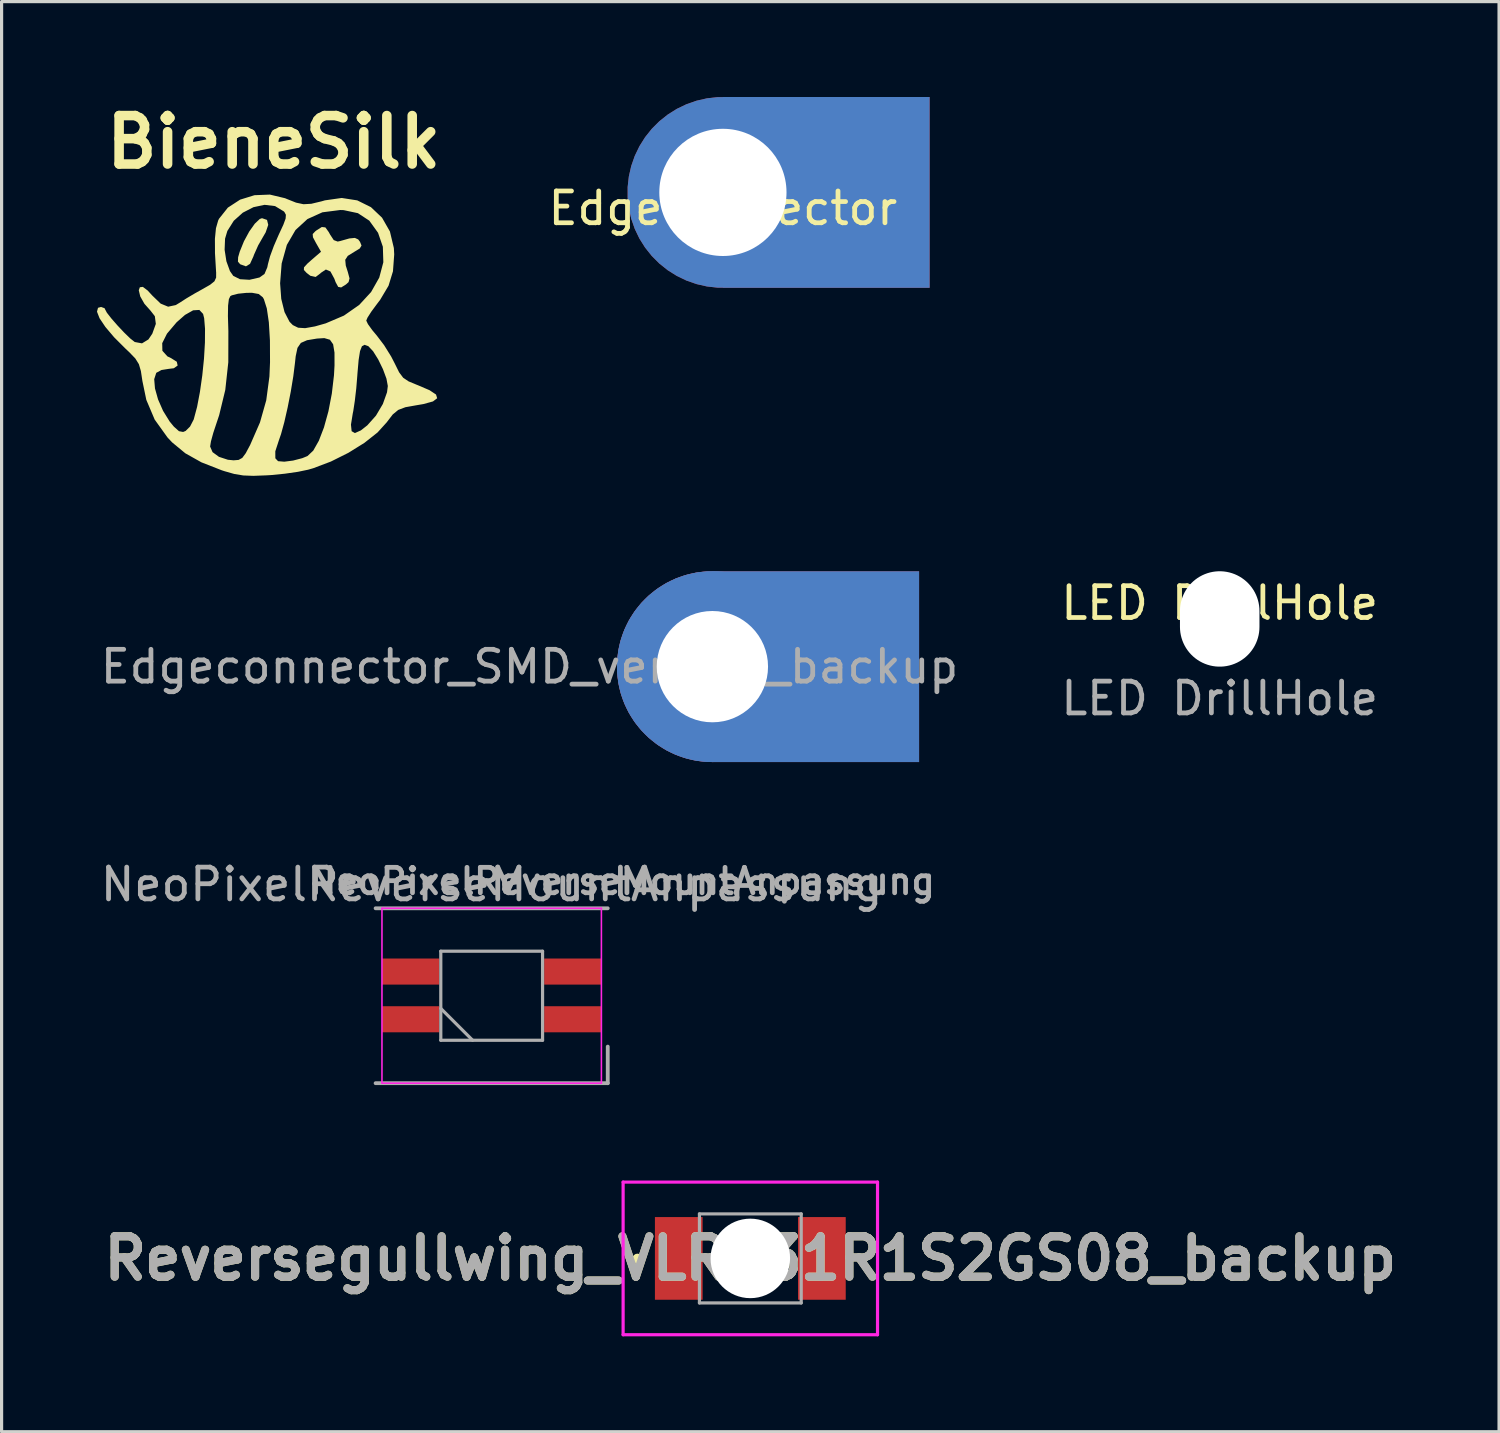
<source format=kicad_pcb>
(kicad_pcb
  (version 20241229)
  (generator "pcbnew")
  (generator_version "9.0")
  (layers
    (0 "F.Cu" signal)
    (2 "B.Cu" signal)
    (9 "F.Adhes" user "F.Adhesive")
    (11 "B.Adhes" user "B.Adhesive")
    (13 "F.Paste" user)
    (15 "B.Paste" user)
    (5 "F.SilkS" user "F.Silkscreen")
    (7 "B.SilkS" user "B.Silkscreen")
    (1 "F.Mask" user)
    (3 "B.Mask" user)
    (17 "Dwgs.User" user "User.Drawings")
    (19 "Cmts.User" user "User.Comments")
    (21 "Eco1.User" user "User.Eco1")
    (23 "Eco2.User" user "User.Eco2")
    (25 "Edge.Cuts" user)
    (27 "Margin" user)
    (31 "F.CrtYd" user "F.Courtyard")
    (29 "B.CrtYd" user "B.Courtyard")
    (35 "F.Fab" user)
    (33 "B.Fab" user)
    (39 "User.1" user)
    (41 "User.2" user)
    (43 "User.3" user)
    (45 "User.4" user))
  (footprint "NeoPixelReverseMountAnpassung"
    (layer "F.Cu")
    (at 12.411 28.261)
    (property "Reference" "NeoPixelReverseMountAnpassung" (at 0 -3.5 0) (layer "F.Fab") (effects (font (size 1 1) (thickness 0.15))))
    (attr smd)
    (fp_line (start -3.45 -2.75) (end -3.45 2.75) (stroke (width 0.05) (type solid)) (layer "F.CrtYd"))
    (fp_line (start -3.45 2.75) (end 3.45 2.75) (stroke (width 0.05) (type solid)) (layer "F.CrtYd"))
    (fp_line (start 3.45 -2.75) (end -3.45 -2.75) (stroke (width 0.05) (type solid)) (layer "F.CrtYd"))
    (fp_line (start 3.45 2.75) (end 3.45 -2.75) (stroke (width 0.05) (type solid)) (layer "F.CrtYd"))
    (fp_line (start -3.65 -2.75) (end 3.65 -2.75) (stroke (width 0.12) (type solid)) (layer "F.Fab"))
    (fp_line (start -3.65 2.75) (end 3.65 2.75) (stroke (width 0.12) (type solid)) (layer "F.Fab"))
    (fp_line (start -1.6 -1.4) (end 1.6 -1.4) (stroke (width 0.1) (type solid)) (layer "F.Fab"))
    (fp_line (start -1.6 0.4) (end -0.6 1.4) (stroke (width 0.1) (type solid)) (layer "F.Fab"))
    (fp_line (start -1.6 1.4) (end -1.6 -1.4) (stroke (width 0.1) (type solid)) (layer "F.Fab"))
    (fp_line (start 1.6 -1.4) (end 1.6 1.4) (stroke (width 0.1) (type solid)) (layer "F.Fab"))
    (fp_line (start 1.6 1.4) (end -1.6 1.4) (stroke (width 0.1) (type solid)) (layer "F.Fab"))
    (fp_line (start 3.65 2.75) (end 3.65 1.6) (stroke (width 0.12) (type solid)) (layer "F.Fab"))
    (fp_text user "${REFERENCE}" (at 4.1 -3.6 0) (layer "F.Fab") (effects (font (size 0.8 0.8) (thickness 0.15))))
    (pad "1" smd rect (at 2.55 -0.76) (size 1.8 0.82) (layers "F.Cu" "F.Mask" "F.Paste"))
    (pad "2" smd rect (at 2.55 0.74) (size 1.8 0.82) (layers "F.Cu" "F.Mask" "F.Paste"))
    (pad "3" smd rect (at -2.55 0.74) (size 1.8 0.82) (layers "F.Cu" "F.Mask" "F.Paste"))
    (pad "4" smd rect (at -2.55 -0.76) (size 1.8 0.82) (layers "F.Cu" "F.Mask" "F.Paste")))
  (footprint "Edgeconnector"
    (layer "F.Cu")
    (at 19.682 3)
    (property "Reference" "Edgeconnector" (at 0 0.5 0) (layer "F.SilkS") (effects (font (size 1 1) (thickness 0.15))))
    (attr through_hole)
    (pad "1" thru_hole custom (at 0 0) (size 6 6) (drill 4) (layers "*.Cu" "*.Mask") (options (anchor circle)) (primitives (gr_poly (pts (xy 6.5 3) (xy 0 3) (xy 0 -3) (xy 6.5 -3)) (width 0) (fill yes)))))
  (footprint "Reversegullwing_VLRE31R1S2GS08_backup"
    (layer "F.Cu")
    (at 20.544 36.521)
    (property "Reference" "Reversegullwing_VLRE31R1S2GS08_backup" (at 0 0 0) (layer "F.SilkS") (effects (font (size 1.27 1.27) (thickness 0.254))))
    (attr through_hole)
    (fp_line (start -3.6 0) (end -3.6 0) (stroke (width 0.2) (type solid)) (layer "F.SilkS"))
    (fp_line (start -3.6 0) (end -3.6 0) (stroke (width 0.2) (type solid)) (layer "F.SilkS"))
    (fp_line (start -3.5 0) (end -3.5 0) (stroke (width 0.2) (type solid)) (layer "F.SilkS"))
    (fp_arc (start -3.6 0) (mid -3.55 -0.05) (end -3.5 0) (stroke (width 0.2) (type solid)) (layer "F.SilkS"))
    (fp_arc (start -3.5 0) (mid -3.55 0.05) (end -3.6 0) (stroke (width 0.2) (type solid)) (layer "F.SilkS"))
    (fp_arc (start -3.5 0) (mid -3.55 0.05) (end -3.6 0) (stroke (width 0.2) (type solid)) (layer "F.SilkS"))
    (fp_line (start -4 -2.4) (end 4 -2.4) (stroke (width 0.1) (type solid)) (layer "F.CrtYd"))
    (fp_line (start -4 2.4) (end -4 -2.4) (stroke (width 0.1) (type solid)) (layer "F.CrtYd"))
    (fp_line (start 4 -2.4) (end 4 2.4) (stroke (width 0.1) (type solid)) (layer "F.CrtYd"))
    (fp_line (start 4 2.4) (end -4 2.4) (stroke (width 0.1) (type solid)) (layer "F.CrtYd"))
    (fp_line (start -1.6 -1.4) (end -1.6 1.4) (stroke (width 0.1) (type solid)) (layer "F.Fab"))
    (fp_line (start -1.6 1.4) (end 1.6 1.4) (stroke (width 0.1) (type solid)) (layer "F.Fab"))
    (fp_line (start 1.6 -1.4) (end -1.6 -1.4) (stroke (width 0.1) (type solid)) (layer "F.Fab"))
    (fp_line (start 1.6 1.4) (end 1.6 -1.4) (stroke (width 0.1) (type solid)) (layer "F.Fab"))
    (fp_text user "${REFERENCE}" (at 0 0 0) (layer "F.Fab") (effects (font (size 1.27 1.27) (thickness 0.254))))
    (pad "" np_thru_hole circle (at 0 0) (size 2.5 2.5) (drill 2.5) (layers "*.Cu" "*.Mask"))
    (pad "1" smd rect (at -2.25 0) (size 1.5 2.6) (layers "F.Cu" "F.Mask" "F.Paste"))
    (pad "2" smd rect (at 2.25 0) (size 1.5 2.6) (layers "F.Cu" "F.Mask" "F.Paste")))
  (footprint "Edgeconnector_SMD_version_backup"
    (layer "F.Cu")
    (at 19.351 17.913)
    (property "Reference" "Edgeconnector_SMD_version_backup" (at -5.75 0 0) (layer "F.Fab") (effects (font (size 1 1) (thickness 0.15))))
    (attr through_hole)
    (pad "1" thru_hole circle (at 0 0) (size 6 6) (drill 3.5) (layers "*.Cu" "*.Mask"))
    (pad "1" smd custom (at 0 0) (size 6 6) (layers "F.Cu" "F.Mask") (options (anchor circle)) (primitives (gr_poly (pts (xy 6.5 3) (xy 0 3) (xy 0 -3) (xy 6.5 -3)) (width 0) (fill yes))))
    (pad "1" smd custom (at 0 0) (size 6 6) (layers "B.Cu" "B.Mask") (options (anchor circle)) (primitives (gr_poly (pts (xy 6.5 -3) (xy 0 -3) (xy 0 3) (xy 6.5 3)) (width 0) (fill yes)))))
  (footprint "LED DrillHole"
    (layer "F.Cu")
    (at 35.304 16.413)
    (property "Reference" "LED DrillHole" (at 0 -0.5 0) (unlocked yes) (layer "F.SilkS") (effects (font (size 1 1) (thickness 0.15))))
    (attr smd)
    (fp_text user "${REFERENCE}" (at 0 2.5 0) (unlocked yes) (layer "F.Fab") (effects (font (size 1 1) (thickness 0.15))))
    (pad "" np_thru_hole oval (at 0 0) (size 2.5 3) (drill oval 2.5 3) (layers "*.Cu" "*.Mask")))
  (footprint "BieneSilk"
    (layer "F.Cu")
    (at 5.758 7.618)
    (property "Reference" "BieneSilk" (at -0.2 -6.2 0) (layer "F.SilkS") (effects (font (size 1.524 1.524) (thickness 0.3))))
    (attr board_only exclude_from_pos_files exclude_from_bom)
    (fp_poly (pts (xy -0.412 -3.753) (xy -0.373 -3.597) (xy -0.454 -3.361) (xy -0.527 -3.236) (xy -0.689 -2.953) (xy -0.821 -2.657) (xy -0.84 -2.603) (xy -0.946 -2.371) (xy -1.074 -2.293) (xy -1.249 -2.356) (xy -1.259 -2.362) (xy -1.326 -2.441) (xy -1.32 -2.58) (xy -1.27 -2.753) (xy -1.137 -3.081) (xy -0.971 -3.387) (xy -0.796 -3.634) (xy -0.64 -3.782) (xy -0.569 -3.807)) (stroke (width 0) (type solid)) (fill yes) (layer "F.SilkS"))
    (fp_poly (pts (xy 1.424 -3.517) (xy 1.531 -3.368) (xy 1.571 -3.294) (xy 1.687 -3.118) (xy 1.81 -3.072) (xy 1.89 -3.089) (xy 2.177 -3.17) (xy 2.351 -3.187) (xy 2.456 -3.139) (xy 2.513 -3.063) (xy 2.56 -2.946) (xy 2.504 -2.854) (xy 2.323 -2.743) (xy 2.128 -2.622) (xy 2.048 -2.499) (xy 2.065 -2.317) (xy 2.129 -2.116) (xy 2.183 -1.915) (xy 2.153 -1.797) (xy 2.071 -1.723) (xy 1.92 -1.629) (xy 1.827 -1.646) (xy 1.746 -1.794) (xy 1.705 -1.905) (xy 1.582 -2.132) (xy 1.439 -2.193) (xy 1.28 -2.087) (xy 1.27 -2.074) (xy 1.118 -1.959) (xy 0.951 -1.996) (xy 0.833 -2.087) (xy 0.748 -2.179) (xy 0.751 -2.261) (xy 0.858 -2.379) (xy 0.982 -2.489) (xy 1.286 -2.752) (xy 1.13 -3.024) (xy 1.033 -3.207) (xy 1.025 -3.309) (xy 1.107 -3.395) (xy 1.143 -3.423) (xy 1.312 -3.53)) (stroke (width 0) (type solid)) (fill yes) (layer "F.SilkS"))
    (fp_poly (pts (xy 0.156 -4.435) (xy 0.21 -4.412) (xy 0.501 -4.296) (xy 0.736 -4.246) (xy 0.981 -4.26) (xy 1.302 -4.337) (xy 1.41 -4.368) (xy 1.937 -4.443) (xy 2.426 -4.367) (xy 2.856 -4.154) (xy 3.205 -3.823) (xy 3.453 -3.389) (xy 3.577 -2.869) (xy 3.588 -2.667) (xy 3.549 -2.137) (xy 3.41 -1.684) (xy 3.147 -1.242) (xy 3.041 -1.102) (xy 2.868 -0.868) (xy 2.748 -0.68) (xy 2.709 -0.587) (xy 2.762 -0.476) (xy 2.897 -0.288) (xy 3.043 -0.113) (xy 3.27 0.186) (xy 3.493 0.544) (xy 3.605 0.762) (xy 3.742 1.039) (xy 3.87 1.21) (xy 4.041 1.325) (xy 4.311 1.437) (xy 4.328 1.443) (xy 4.699 1.602) (xy 4.903 1.738) (xy 4.939 1.855) (xy 4.807 1.955) (xy 4.506 2.038) (xy 4.276 2.077) (xy 3.94 2.137) (xy 3.715 2.222) (xy 3.542 2.365) (xy 3.361 2.601) (xy 3.353 2.612) (xy 3.064 2.931) (xy 2.649 3.259) (xy 2.147 3.571) (xy 1.598 3.845) (xy 1.043 4.055) (xy 0.884 4.101) (xy 0.562 4.168) (xy 0.146 4.228) (xy -0.291 4.271) (xy -0.423 4.279) (xy -0.842 4.295) (xy -1.158 4.283) (xy -1.438 4.237) (xy -1.747 4.149) (xy -1.838 4.119) (xy -2.474 3.87) (xy -2.98 3.586) (xy -3.238 3.373) (xy -2.201 3.373) (xy -2.124 3.55) (xy -1.923 3.697) (xy -1.642 3.789) (xy -1.462 3.807) (xy -1.305 3.794) (xy -1.189 3.73) (xy -1.077 3.578) (xy -1.049 3.523) (xy -0.151 3.523) (xy -0.15 3.743) (xy -0.064 3.834) (xy 0.132 3.85) (xy 0.41 3.814) (xy 0.698 3.739) (xy 0.861 3.672) (xy 1.042 3.502) (xy 1.218 3.191) (xy 1.38 2.77) (xy 1.403 2.685) (xy 2.228 2.685) (xy 2.249 2.891) (xy 2.352 2.95) (xy 2.541 2.865) (xy 2.743 2.706) (xy 3.014 2.402) (xy 3.231 2.035) (xy 3.362 1.668) (xy 3.387 1.47) (xy 3.344 1.238) (xy 3.234 0.941) (xy 3.085 0.635) (xy 2.924 0.377) (xy 2.778 0.221) (xy 2.77 0.216) (xy 2.657 0.175) (xy 2.573 0.22) (xy 2.513 0.373) (xy 2.469 0.652) (xy 2.432 1.079) (xy 2.428 1.137) (xy 2.395 1.543) (xy 2.349 1.938) (xy 2.301 2.255) (xy 2.285 2.331) (xy 2.228 2.685) (xy 1.403 2.685) (xy 1.519 2.267) (xy 1.626 1.711) (xy 1.694 1.133) (xy 1.711 0.823) (xy 1.71 0.419) (xy 1.667 0.158) (xy 1.566 0.015) (xy 1.391 -0.036) (xy 1.161 -0.022) (xy 0.847 0.03) (xy 0.653 0.115) (xy 0.546 0.271) (xy 0.49 0.536) (xy 0.468 0.74) (xy 0.415 1.164) (xy 0.335 1.648) (xy 0.237 2.145) (xy 0.132 2.607) (xy 0.028 2.986) (xy -0.042 3.188) (xy -0.151 3.523) (xy -1.049 3.523) (xy -0.942 3.323) (xy -0.633 2.615) (xy -0.436 1.92) (xy -0.336 1.172) (xy -0.317 0.722) (xy -0.32 0.036) (xy -0.354 -0.533) (xy -0.418 -0.97) (xy -0.51 -1.26) (xy -0.547 -1.322) (xy -0.673 -1.423) (xy -0.883 -1.461) (xy -1.061 -1.459) (xy -1.321 -1.432) (xy -1.517 -1.382) (xy -1.565 -1.356) (xy -1.611 -1.261) (xy -1.636 -1.059) (xy -1.641 -0.729) (xy -1.627 -0.254) (xy -1.629 0.723) (xy -1.724 1.593) (xy -1.917 2.39) (xy -1.999 2.635) (xy -2.101 2.943) (xy -2.174 3.209) (xy -2.201 3.373) (xy -3.238 3.373) (xy -3.395 3.243) (xy -3.54 3.089) (xy -3.944 2.526) (xy -4.207 1.906) (xy -4.33 1.314) (xy -4.339 1.255) (xy -3.959 1.255) (xy -3.935 1.546) (xy -3.838 1.892) (xy -3.68 2.252) (xy -3.474 2.585) (xy -3.342 2.746) (xy -3.18 2.891) (xy -3.05 2.915) (xy -2.971 2.883) (xy -2.832 2.745) (xy -2.72 2.529) (xy -2.715 2.516) (xy -2.611 2.128) (xy -2.521 1.655) (xy -2.447 1.135) (xy -2.393 0.605) (xy -2.364 0.104) (xy -2.361 -0.33) (xy -2.388 -0.661) (xy -2.422 -0.797) (xy -2.54 -0.922) (xy -2.735 -0.91) (xy -2.99 -0.766) (xy -3.254 -0.534) (xy -3.557 -0.176) (xy -3.707 0.123) (xy -3.702 0.362) (xy -3.544 0.538) (xy -3.431 0.592) (xy -3.249 0.707) (xy -3.222 0.826) (xy -3.343 0.912) (xy -3.503 0.931) (xy -3.731 0.967) (xy -3.891 1.054) (xy -3.895 1.059) (xy -3.959 1.255) (xy -4.339 1.255) (xy -4.378 0.998) (xy -4.441 0.784) (xy -4.551 0.607) (xy -4.742 0.408) (xy -4.861 0.296) (xy -5.22 -0.063) (xy -5.495 -0.388) (xy -5.678 -0.661) (xy -5.758 -0.867) (xy -5.726 -0.989) (xy -5.63 -1.016) (xy -5.518 -0.975) (xy -5.503 -0.94) (xy -5.448 -0.836) (xy -5.306 -0.654) (xy -5.112 -0.432) (xy -4.902 -0.209) (xy -4.711 -0.024) (xy -4.574 0.084) (xy -4.568 0.087) (xy -4.343 0.129) (xy -4.141 0.006) (xy -4.019 -0.175) (xy -3.908 -0.483) (xy -3.939 -0.725) (xy -4.073 -0.897) (xy -4.267 -1.116) (xy -4.398 -1.347) (xy -4.444 -1.541) (xy -4.411 -1.635) (xy -4.316 -1.647) (xy -4.165 -1.533) (xy -4.016 -1.371) (xy -3.756 -1.121) (xy -3.521 -1.024) (xy -3.281 -1.075) (xy -3.134 -1.164) (xy -2.947 -1.285) (xy -2.678 -1.444) (xy -2.459 -1.566) (xy -2.203 -1.712) (xy -2.143 -1.76) (xy 0 -1.76) (xy 0.036 -1.27) (xy 0.139 -0.855) (xy 0.296 -0.551) (xy 0.4 -0.445) (xy 0.567 -0.363) (xy 0.787 -0.349) (xy 1.096 -0.404) (xy 1.434 -0.5) (xy 2.007 -0.744) (xy 2.487 -1.079) (xy 2.861 -1.485) (xy 3.118 -1.939) (xy 3.246 -2.421) (xy 3.231 -2.909) (xy 3.08 -3.347) (xy 2.805 -3.729) (xy 2.446 -3.965) (xy 1.995 -4.061) (xy 1.89 -4.064) (xy 1.33 -3.992) (xy 0.859 -3.779) (xy 0.484 -3.435) (xy 0.212 -2.967) (xy 0.049 -2.383) (xy 0 -1.76) (xy -2.143 -1.76) (xy -2.065 -1.823) (xy -2.012 -1.939) (xy -2.011 -2.102) (xy -2.013 -2.117) (xy -2.048 -2.709) (xy -2.048 -2.814) (xy -1.745 -2.814) (xy -1.689 -2.452) (xy -1.577 -2.143) (xy -1.473 -1.993) (xy -1.262 -1.888) (xy -0.964 -1.87) (xy -0.649 -1.942) (xy -0.491 -2.053) (xy -0.402 -2.264) (xy -0.383 -2.36) (xy -0.317 -2.607) (xy -0.197 -2.934) (xy -0.049 -3.275) (xy -0.04 -3.295) (xy 0.102 -3.601) (xy 0.173 -3.794) (xy 0.182 -3.914) (xy 0.137 -3.998) (xy 0.117 -4.02) (xy -0.16 -4.188) (xy -0.489 -4.227) (xy -0.838 -4.153) (xy -1.172 -3.981) (xy -1.457 -3.726) (xy -1.659 -3.405) (xy -1.731 -3.163) (xy -1.745 -2.814) (xy -2.048 -2.814) (xy -2.05 -3.159) (xy -2.017 -3.492) (xy -1.948 -3.733) (xy -1.921 -3.789) (xy -1.643 -4.139) (xy -1.258 -4.39) (xy -0.805 -4.53) (xy -0.321 -4.549)) (stroke (width 0) (type solid)) (fill yes) (layer "F.SilkS")))
  (gr_rect
    (start -3 -3)
    (end 44.088 41.971)
    (stroke (width 0.1) (type default))
    (fill no)
    (layer "Edge.Cuts")))
</source>
